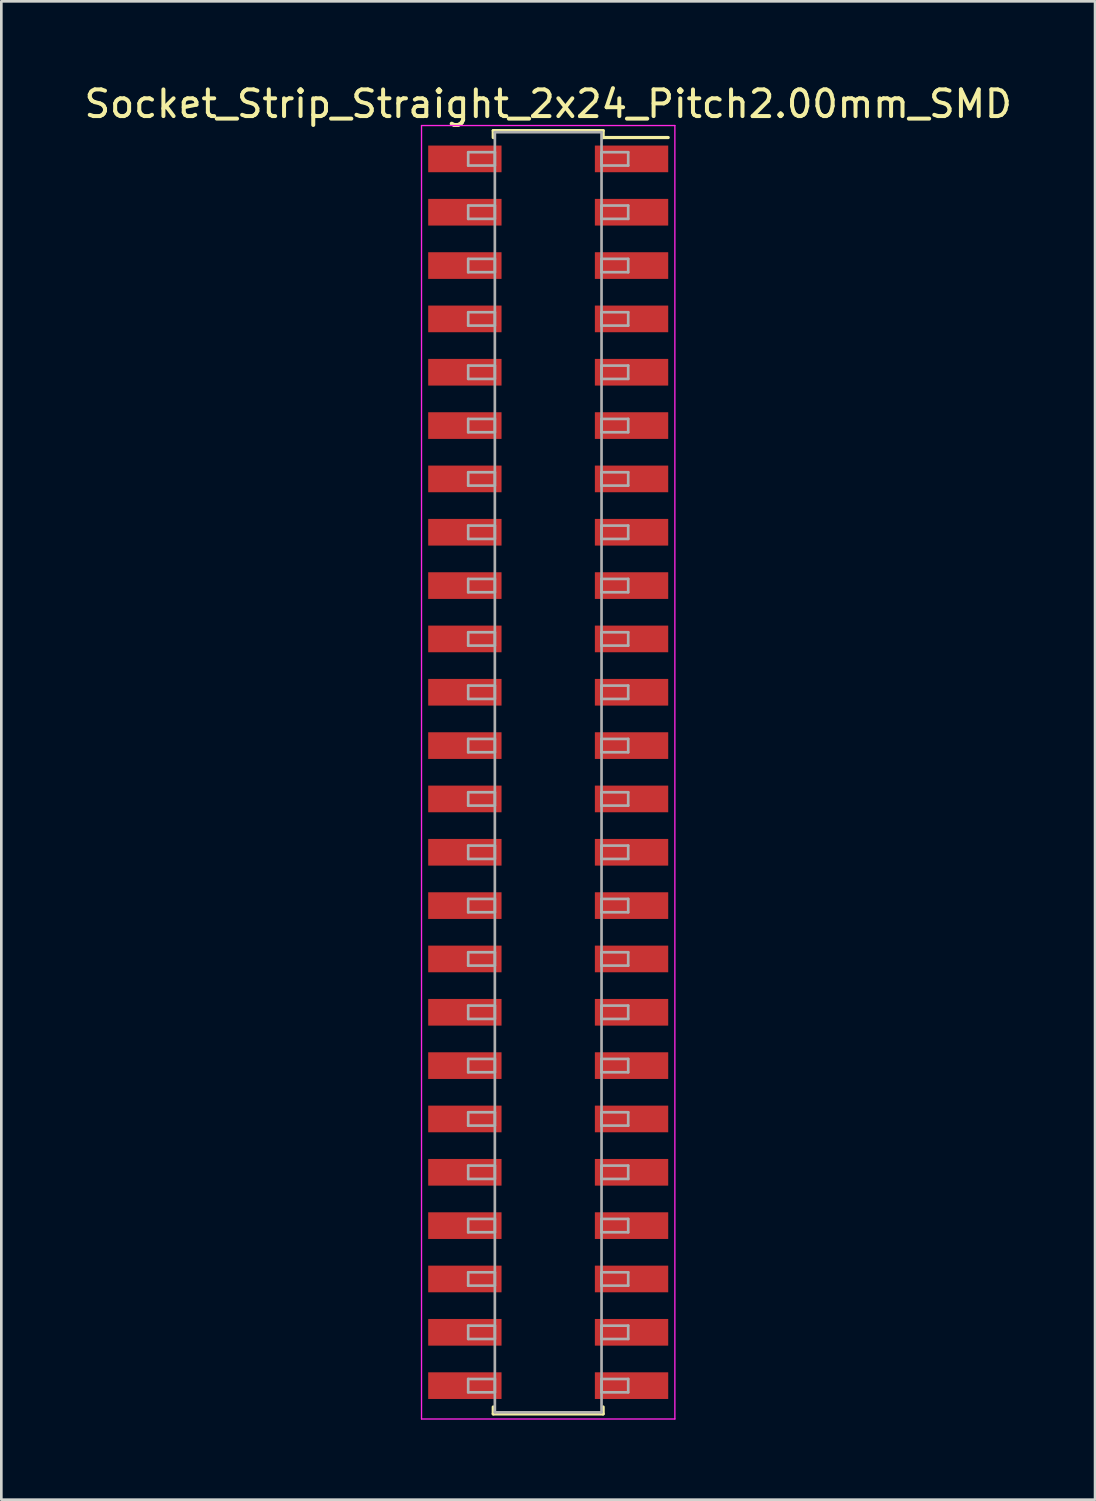
<source format=kicad_pcb>
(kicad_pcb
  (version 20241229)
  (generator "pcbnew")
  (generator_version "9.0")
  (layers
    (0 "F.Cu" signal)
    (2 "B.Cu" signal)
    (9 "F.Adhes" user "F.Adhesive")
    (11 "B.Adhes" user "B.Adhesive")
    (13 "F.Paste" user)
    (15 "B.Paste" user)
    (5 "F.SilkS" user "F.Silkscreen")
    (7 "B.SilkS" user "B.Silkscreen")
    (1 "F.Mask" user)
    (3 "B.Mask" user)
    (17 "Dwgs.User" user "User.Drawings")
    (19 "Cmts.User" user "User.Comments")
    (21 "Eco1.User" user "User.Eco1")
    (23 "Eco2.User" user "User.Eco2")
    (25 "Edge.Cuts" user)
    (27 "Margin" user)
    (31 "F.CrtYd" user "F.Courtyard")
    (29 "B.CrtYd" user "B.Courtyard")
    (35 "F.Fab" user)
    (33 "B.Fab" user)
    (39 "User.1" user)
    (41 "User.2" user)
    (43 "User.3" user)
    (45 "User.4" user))
  (footprint "Socket_Strip_Straight_2x24_Pitch2.00mm_SMD"
    (layer "F.Cu")
    (at 17.506 25.908)
    (property "Reference" "Socket_Strip_Straight_2x24_Pitch2.00mm_SMD" (at 0 -25.06 0) (layer "F.SilkS") (effects (font (size 1 1) (thickness 0.15))))
    (attr smd)
    (fp_line (start -2.06 -24.06) (end 2.06 -24.06) (stroke (width 0.12) (type solid)) (layer "F.SilkS"))
    (fp_line (start -2.06 -23.8) (end -2.06 -24.06) (stroke (width 0.12) (type solid)) (layer "F.SilkS"))
    (fp_line (start -2.06 23.8) (end -2.06 24.06) (stroke (width 0.12) (type solid)) (layer "F.SilkS"))
    (fp_line (start -2.06 24.06) (end 2.06 24.06) (stroke (width 0.12) (type solid)) (layer "F.SilkS"))
    (fp_line (start 2.06 -24.06) (end 2.06 -23.8) (stroke (width 0.12) (type solid)) (layer "F.SilkS"))
    (fp_line (start 2.06 24.06) (end 2.06 23.8) (stroke (width 0.12) (type solid)) (layer "F.SilkS"))
    (fp_line (start 4.5 -23.8) (end 2.06 -23.8) (stroke (width 0.12) (type solid)) (layer "F.SilkS"))
    (fp_line (start -4.75 -24.25) (end -4.75 24.25) (stroke (width 0.05) (type solid)) (layer "F.CrtYd"))
    (fp_line (start -4.75 24.25) (end 4.75 24.25) (stroke (width 0.05) (type solid)) (layer "F.CrtYd"))
    (fp_line (start 4.75 -24.25) (end -4.75 -24.25) (stroke (width 0.05) (type solid)) (layer "F.CrtYd"))
    (fp_line (start 4.75 24.25) (end 4.75 -24.25) (stroke (width 0.05) (type solid)) (layer "F.CrtYd"))
    (fp_line (start -3 -23.25) (end -2 -23.25) (stroke (width 0.1) (type solid)) (layer "F.Fab"))
    (fp_line (start -3 -22.75) (end -3 -23.25) (stroke (width 0.1) (type solid)) (layer "F.Fab"))
    (fp_line (start -3 -21.25) (end -2 -21.25) (stroke (width 0.1) (type solid)) (layer "F.Fab"))
    (fp_line (start -3 -20.75) (end -3 -21.25) (stroke (width 0.1) (type solid)) (layer "F.Fab"))
    (fp_line (start -3 -19.25) (end -2 -19.25) (stroke (width 0.1) (type solid)) (layer "F.Fab"))
    (fp_line (start -3 -18.75) (end -3 -19.25) (stroke (width 0.1) (type solid)) (layer "F.Fab"))
    (fp_line (start -3 -17.25) (end -2 -17.25) (stroke (width 0.1) (type solid)) (layer "F.Fab"))
    (fp_line (start -3 -16.75) (end -3 -17.25) (stroke (width 0.1) (type solid)) (layer "F.Fab"))
    (fp_line (start -3 -15.25) (end -2 -15.25) (stroke (width 0.1) (type solid)) (layer "F.Fab"))
    (fp_line (start -3 -14.75) (end -3 -15.25) (stroke (width 0.1) (type solid)) (layer "F.Fab"))
    (fp_line (start -3 -13.25) (end -2 -13.25) (stroke (width 0.1) (type solid)) (layer "F.Fab"))
    (fp_line (start -3 -12.75) (end -3 -13.25) (stroke (width 0.1) (type solid)) (layer "F.Fab"))
    (fp_line (start -3 -11.25) (end -2 -11.25) (stroke (width 0.1) (type solid)) (layer "F.Fab"))
    (fp_line (start -3 -10.75) (end -3 -11.25) (stroke (width 0.1) (type solid)) (layer "F.Fab"))
    (fp_line (start -3 -9.25) (end -2 -9.25) (stroke (width 0.1) (type solid)) (layer "F.Fab"))
    (fp_line (start -3 -8.75) (end -3 -9.25) (stroke (width 0.1) (type solid)) (layer "F.Fab"))
    (fp_line (start -3 -7.25) (end -2 -7.25) (stroke (width 0.1) (type solid)) (layer "F.Fab"))
    (fp_line (start -3 -6.75) (end -3 -7.25) (stroke (width 0.1) (type solid)) (layer "F.Fab"))
    (fp_line (start -3 -5.25) (end -2 -5.25) (stroke (width 0.1) (type solid)) (layer "F.Fab"))
    (fp_line (start -3 -4.75) (end -3 -5.25) (stroke (width 0.1) (type solid)) (layer "F.Fab"))
    (fp_line (start -3 -3.25) (end -2 -3.25) (stroke (width 0.1) (type solid)) (layer "F.Fab"))
    (fp_line (start -3 -2.75) (end -3 -3.25) (stroke (width 0.1) (type solid)) (layer "F.Fab"))
    (fp_line (start -3 -1.25) (end -2 -1.25) (stroke (width 0.1) (type solid)) (layer "F.Fab"))
    (fp_line (start -3 -0.75) (end -3 -1.25) (stroke (width 0.1) (type solid)) (layer "F.Fab"))
    (fp_line (start -3 0.75) (end -2 0.75) (stroke (width 0.1) (type solid)) (layer "F.Fab"))
    (fp_line (start -3 1.25) (end -3 0.75) (stroke (width 0.1) (type solid)) (layer "F.Fab"))
    (fp_line (start -3 2.75) (end -2 2.75) (stroke (width 0.1) (type solid)) (layer "F.Fab"))
    (fp_line (start -3 3.25) (end -3 2.75) (stroke (width 0.1) (type solid)) (layer "F.Fab"))
    (fp_line (start -3 4.75) (end -2 4.75) (stroke (width 0.1) (type solid)) (layer "F.Fab"))
    (fp_line (start -3 5.25) (end -3 4.75) (stroke (width 0.1) (type solid)) (layer "F.Fab"))
    (fp_line (start -3 6.75) (end -2 6.75) (stroke (width 0.1) (type solid)) (layer "F.Fab"))
    (fp_line (start -3 7.25) (end -3 6.75) (stroke (width 0.1) (type solid)) (layer "F.Fab"))
    (fp_line (start -3 8.75) (end -2 8.75) (stroke (width 0.1) (type solid)) (layer "F.Fab"))
    (fp_line (start -3 9.25) (end -3 8.75) (stroke (width 0.1) (type solid)) (layer "F.Fab"))
    (fp_line (start -3 10.75) (end -2 10.75) (stroke (width 0.1) (type solid)) (layer "F.Fab"))
    (fp_line (start -3 11.25) (end -3 10.75) (stroke (width 0.1) (type solid)) (layer "F.Fab"))
    (fp_line (start -3 12.75) (end -2 12.75) (stroke (width 0.1) (type solid)) (layer "F.Fab"))
    (fp_line (start -3 13.25) (end -3 12.75) (stroke (width 0.1) (type solid)) (layer "F.Fab"))
    (fp_line (start -3 14.75) (end -2 14.75) (stroke (width 0.1) (type solid)) (layer "F.Fab"))
    (fp_line (start -3 15.25) (end -3 14.75) (stroke (width 0.1) (type solid)) (layer "F.Fab"))
    (fp_line (start -3 16.75) (end -2 16.75) (stroke (width 0.1) (type solid)) (layer "F.Fab"))
    (fp_line (start -3 17.25) (end -3 16.75) (stroke (width 0.1) (type solid)) (layer "F.Fab"))
    (fp_line (start -3 18.75) (end -2 18.75) (stroke (width 0.1) (type solid)) (layer "F.Fab"))
    (fp_line (start -3 19.25) (end -3 18.75) (stroke (width 0.1) (type solid)) (layer "F.Fab"))
    (fp_line (start -3 20.75) (end -2 20.75) (stroke (width 0.1) (type solid)) (layer "F.Fab"))
    (fp_line (start -3 21.25) (end -3 20.75) (stroke (width 0.1) (type solid)) (layer "F.Fab"))
    (fp_line (start -3 22.75) (end -2 22.75) (stroke (width 0.1) (type solid)) (layer "F.Fab"))
    (fp_line (start -3 23.25) (end -3 22.75) (stroke (width 0.1) (type solid)) (layer "F.Fab"))
    (fp_line (start -2 -24) (end -2 24) (stroke (width 0.1) (type solid)) (layer "F.Fab"))
    (fp_line (start -2 -23.25) (end -2 -22.75) (stroke (width 0.1) (type solid)) (layer "F.Fab"))
    (fp_line (start -2 -22.75) (end -3 -22.75) (stroke (width 0.1) (type solid)) (layer "F.Fab"))
    (fp_line (start -2 -21.25) (end -2 -20.75) (stroke (width 0.1) (type solid)) (layer "F.Fab"))
    (fp_line (start -2 -20.75) (end -3 -20.75) (stroke (width 0.1) (type solid)) (layer "F.Fab"))
    (fp_line (start -2 -19.25) (end -2 -18.75) (stroke (width 0.1) (type solid)) (layer "F.Fab"))
    (fp_line (start -2 -18.75) (end -3 -18.75) (stroke (width 0.1) (type solid)) (layer "F.Fab"))
    (fp_line (start -2 -17.25) (end -2 -16.75) (stroke (width 0.1) (type solid)) (layer "F.Fab"))
    (fp_line (start -2 -16.75) (end -3 -16.75) (stroke (width 0.1) (type solid)) (layer "F.Fab"))
    (fp_line (start -2 -15.25) (end -2 -14.75) (stroke (width 0.1) (type solid)) (layer "F.Fab"))
    (fp_line (start -2 -14.75) (end -3 -14.75) (stroke (width 0.1) (type solid)) (layer "F.Fab"))
    (fp_line (start -2 -13.25) (end -2 -12.75) (stroke (width 0.1) (type solid)) (layer "F.Fab"))
    (fp_line (start -2 -12.75) (end -3 -12.75) (stroke (width 0.1) (type solid)) (layer "F.Fab"))
    (fp_line (start -2 -11.25) (end -2 -10.75) (stroke (width 0.1) (type solid)) (layer "F.Fab"))
    (fp_line (start -2 -10.75) (end -3 -10.75) (stroke (width 0.1) (type solid)) (layer "F.Fab"))
    (fp_line (start -2 -9.25) (end -2 -8.75) (stroke (width 0.1) (type solid)) (layer "F.Fab"))
    (fp_line (start -2 -8.75) (end -3 -8.75) (stroke (width 0.1) (type solid)) (layer "F.Fab"))
    (fp_line (start -2 -7.25) (end -2 -6.75) (stroke (width 0.1) (type solid)) (layer "F.Fab"))
    (fp_line (start -2 -6.75) (end -3 -6.75) (stroke (width 0.1) (type solid)) (layer "F.Fab"))
    (fp_line (start -2 -5.25) (end -2 -4.75) (stroke (width 0.1) (type solid)) (layer "F.Fab"))
    (fp_line (start -2 -4.75) (end -3 -4.75) (stroke (width 0.1) (type solid)) (layer "F.Fab"))
    (fp_line (start -2 -3.25) (end -2 -2.75) (stroke (width 0.1) (type solid)) (layer "F.Fab"))
    (fp_line (start -2 -2.75) (end -3 -2.75) (stroke (width 0.1) (type solid)) (layer "F.Fab"))
    (fp_line (start -2 -1.25) (end -2 -0.75) (stroke (width 0.1) (type solid)) (layer "F.Fab"))
    (fp_line (start -2 -0.75) (end -3 -0.75) (stroke (width 0.1) (type solid)) (layer "F.Fab"))
    (fp_line (start -2 0.75) (end -2 1.25) (stroke (width 0.1) (type solid)) (layer "F.Fab"))
    (fp_line (start -2 1.25) (end -3 1.25) (stroke (width 0.1) (type solid)) (layer "F.Fab"))
    (fp_line (start -2 2.75) (end -2 3.25) (stroke (width 0.1) (type solid)) (layer "F.Fab"))
    (fp_line (start -2 3.25) (end -3 3.25) (stroke (width 0.1) (type solid)) (layer "F.Fab"))
    (fp_line (start -2 4.75) (end -2 5.25) (stroke (width 0.1) (type solid)) (layer "F.Fab"))
    (fp_line (start -2 5.25) (end -3 5.25) (stroke (width 0.1) (type solid)) (layer "F.Fab"))
    (fp_line (start -2 6.75) (end -2 7.25) (stroke (width 0.1) (type solid)) (layer "F.Fab"))
    (fp_line (start -2 7.25) (end -3 7.25) (stroke (width 0.1) (type solid)) (layer "F.Fab"))
    (fp_line (start -2 8.75) (end -2 9.25) (stroke (width 0.1) (type solid)) (layer "F.Fab"))
    (fp_line (start -2 9.25) (end -3 9.25) (stroke (width 0.1) (type solid)) (layer "F.Fab"))
    (fp_line (start -2 10.75) (end -2 11.25) (stroke (width 0.1) (type solid)) (layer "F.Fab"))
    (fp_line (start -2 11.25) (end -3 11.25) (stroke (width 0.1) (type solid)) (layer "F.Fab"))
    (fp_line (start -2 12.75) (end -2 13.25) (stroke (width 0.1) (type solid)) (layer "F.Fab"))
    (fp_line (start -2 13.25) (end -3 13.25) (stroke (width 0.1) (type solid)) (layer "F.Fab"))
    (fp_line (start -2 14.75) (end -2 15.25) (stroke (width 0.1) (type solid)) (layer "F.Fab"))
    (fp_line (start -2 15.25) (end -3 15.25) (stroke (width 0.1) (type solid)) (layer "F.Fab"))
    (fp_line (start -2 16.75) (end -2 17.25) (stroke (width 0.1) (type solid)) (layer "F.Fab"))
    (fp_line (start -2 17.25) (end -3 17.25) (stroke (width 0.1) (type solid)) (layer "F.Fab"))
    (fp_line (start -2 18.75) (end -2 19.25) (stroke (width 0.1) (type solid)) (layer "F.Fab"))
    (fp_line (start -2 19.25) (end -3 19.25) (stroke (width 0.1) (type solid)) (layer "F.Fab"))
    (fp_line (start -2 20.75) (end -2 21.25) (stroke (width 0.1) (type solid)) (layer "F.Fab"))
    (fp_line (start -2 21.25) (end -3 21.25) (stroke (width 0.1) (type solid)) (layer "F.Fab"))
    (fp_line (start -2 22.75) (end -2 23.25) (stroke (width 0.1) (type solid)) (layer "F.Fab"))
    (fp_line (start -2 23.25) (end -3 23.25) (stroke (width 0.1) (type solid)) (layer "F.Fab"))
    (fp_line (start -2 24) (end 2 24) (stroke (width 0.1) (type solid)) (layer "F.Fab"))
    (fp_line (start 2 -24) (end -2 -24) (stroke (width 0.1) (type solid)) (layer "F.Fab"))
    (fp_line (start 2 -23.25) (end 2 -22.75) (stroke (width 0.1) (type solid)) (layer "F.Fab"))
    (fp_line (start 2 -22.75) (end 3 -22.75) (stroke (width 0.1) (type solid)) (layer "F.Fab"))
    (fp_line (start 2 -21.25) (end 2 -20.75) (stroke (width 0.1) (type solid)) (layer "F.Fab"))
    (fp_line (start 2 -20.75) (end 3 -20.75) (stroke (width 0.1) (type solid)) (layer "F.Fab"))
    (fp_line (start 2 -19.25) (end 2 -18.75) (stroke (width 0.1) (type solid)) (layer "F.Fab"))
    (fp_line (start 2 -18.75) (end 3 -18.75) (stroke (width 0.1) (type solid)) (layer "F.Fab"))
    (fp_line (start 2 -17.25) (end 2 -16.75) (stroke (width 0.1) (type solid)) (layer "F.Fab"))
    (fp_line (start 2 -16.75) (end 3 -16.75) (stroke (width 0.1) (type solid)) (layer "F.Fab"))
    (fp_line (start 2 -15.25) (end 2 -14.75) (stroke (width 0.1) (type solid)) (layer "F.Fab"))
    (fp_line (start 2 -14.75) (end 3 -14.75) (stroke (width 0.1) (type solid)) (layer "F.Fab"))
    (fp_line (start 2 -13.25) (end 2 -12.75) (stroke (width 0.1) (type solid)) (layer "F.Fab"))
    (fp_line (start 2 -12.75) (end 3 -12.75) (stroke (width 0.1) (type solid)) (layer "F.Fab"))
    (fp_line (start 2 -11.25) (end 2 -10.75) (stroke (width 0.1) (type solid)) (layer "F.Fab"))
    (fp_line (start 2 -10.75) (end 3 -10.75) (stroke (width 0.1) (type solid)) (layer "F.Fab"))
    (fp_line (start 2 -9.25) (end 2 -8.75) (stroke (width 0.1) (type solid)) (layer "F.Fab"))
    (fp_line (start 2 -8.75) (end 3 -8.75) (stroke (width 0.1) (type solid)) (layer "F.Fab"))
    (fp_line (start 2 -7.25) (end 2 -6.75) (stroke (width 0.1) (type solid)) (layer "F.Fab"))
    (fp_line (start 2 -6.75) (end 3 -6.75) (stroke (width 0.1) (type solid)) (layer "F.Fab"))
    (fp_line (start 2 -5.25) (end 2 -4.75) (stroke (width 0.1) (type solid)) (layer "F.Fab"))
    (fp_line (start 2 -4.75) (end 3 -4.75) (stroke (width 0.1) (type solid)) (layer "F.Fab"))
    (fp_line (start 2 -3.25) (end 2 -2.75) (stroke (width 0.1) (type solid)) (layer "F.Fab"))
    (fp_line (start 2 -2.75) (end 3 -2.75) (stroke (width 0.1) (type solid)) (layer "F.Fab"))
    (fp_line (start 2 -1.25) (end 2 -0.75) (stroke (width 0.1) (type solid)) (layer "F.Fab"))
    (fp_line (start 2 -0.75) (end 3 -0.75) (stroke (width 0.1) (type solid)) (layer "F.Fab"))
    (fp_line (start 2 0.75) (end 2 1.25) (stroke (width 0.1) (type solid)) (layer "F.Fab"))
    (fp_line (start 2 1.25) (end 3 1.25) (stroke (width 0.1) (type solid)) (layer "F.Fab"))
    (fp_line (start 2 2.75) (end 2 3.25) (stroke (width 0.1) (type solid)) (layer "F.Fab"))
    (fp_line (start 2 3.25) (end 3 3.25) (stroke (width 0.1) (type solid)) (layer "F.Fab"))
    (fp_line (start 2 4.75) (end 2 5.25) (stroke (width 0.1) (type solid)) (layer "F.Fab"))
    (fp_line (start 2 5.25) (end 3 5.25) (stroke (width 0.1) (type solid)) (layer "F.Fab"))
    (fp_line (start 2 6.75) (end 2 7.25) (stroke (width 0.1) (type solid)) (layer "F.Fab"))
    (fp_line (start 2 7.25) (end 3 7.25) (stroke (width 0.1) (type solid)) (layer "F.Fab"))
    (fp_line (start 2 8.75) (end 2 9.25) (stroke (width 0.1) (type solid)) (layer "F.Fab"))
    (fp_line (start 2 9.25) (end 3 9.25) (stroke (width 0.1) (type solid)) (layer "F.Fab"))
    (fp_line (start 2 10.75) (end 2 11.25) (stroke (width 0.1) (type solid)) (layer "F.Fab"))
    (fp_line (start 2 11.25) (end 3 11.25) (stroke (width 0.1) (type solid)) (layer "F.Fab"))
    (fp_line (start 2 12.75) (end 2 13.25) (stroke (width 0.1) (type solid)) (layer "F.Fab"))
    (fp_line (start 2 13.25) (end 3 13.25) (stroke (width 0.1) (type solid)) (layer "F.Fab"))
    (fp_line (start 2 14.75) (end 2 15.25) (stroke (width 0.1) (type solid)) (layer "F.Fab"))
    (fp_line (start 2 15.25) (end 3 15.25) (stroke (width 0.1) (type solid)) (layer "F.Fab"))
    (fp_line (start 2 16.75) (end 2 17.25) (stroke (width 0.1) (type solid)) (layer "F.Fab"))
    (fp_line (start 2 17.25) (end 3 17.25) (stroke (width 0.1) (type solid)) (layer "F.Fab"))
    (fp_line (start 2 18.75) (end 2 19.25) (stroke (width 0.1) (type solid)) (layer "F.Fab"))
    (fp_line (start 2 19.25) (end 3 19.25) (stroke (width 0.1) (type solid)) (layer "F.Fab"))
    (fp_line (start 2 20.75) (end 2 21.25) (stroke (width 0.1) (type solid)) (layer "F.Fab"))
    (fp_line (start 2 21.25) (end 3 21.25) (stroke (width 0.1) (type solid)) (layer "F.Fab"))
    (fp_line (start 2 22.75) (end 2 23.25) (stroke (width 0.1) (type solid)) (layer "F.Fab"))
    (fp_line (start 2 23.25) (end 3 23.25) (stroke (width 0.1) (type solid)) (layer "F.Fab"))
    (fp_line (start 2 24) (end 2 -24) (stroke (width 0.1) (type solid)) (layer "F.Fab"))
    (fp_line (start 3 -23.25) (end 2 -23.25) (stroke (width 0.1) (type solid)) (layer "F.Fab"))
    (fp_line (start 3 -22.75) (end 3 -23.25) (stroke (width 0.1) (type solid)) (layer "F.Fab"))
    (fp_line (start 3 -21.25) (end 2 -21.25) (stroke (width 0.1) (type solid)) (layer "F.Fab"))
    (fp_line (start 3 -20.75) (end 3 -21.25) (stroke (width 0.1) (type solid)) (layer "F.Fab"))
    (fp_line (start 3 -19.25) (end 2 -19.25) (stroke (width 0.1) (type solid)) (layer "F.Fab"))
    (fp_line (start 3 -18.75) (end 3 -19.25) (stroke (width 0.1) (type solid)) (layer "F.Fab"))
    (fp_line (start 3 -17.25) (end 2 -17.25) (stroke (width 0.1) (type solid)) (layer "F.Fab"))
    (fp_line (start 3 -16.75) (end 3 -17.25) (stroke (width 0.1) (type solid)) (layer "F.Fab"))
    (fp_line (start 3 -15.25) (end 2 -15.25) (stroke (width 0.1) (type solid)) (layer "F.Fab"))
    (fp_line (start 3 -14.75) (end 3 -15.25) (stroke (width 0.1) (type solid)) (layer "F.Fab"))
    (fp_line (start 3 -13.25) (end 2 -13.25) (stroke (width 0.1) (type solid)) (layer "F.Fab"))
    (fp_line (start 3 -12.75) (end 3 -13.25) (stroke (width 0.1) (type solid)) (layer "F.Fab"))
    (fp_line (start 3 -11.25) (end 2 -11.25) (stroke (width 0.1) (type solid)) (layer "F.Fab"))
    (fp_line (start 3 -10.75) (end 3 -11.25) (stroke (width 0.1) (type solid)) (layer "F.Fab"))
    (fp_line (start 3 -9.25) (end 2 -9.25) (stroke (width 0.1) (type solid)) (layer "F.Fab"))
    (fp_line (start 3 -8.75) (end 3 -9.25) (stroke (width 0.1) (type solid)) (layer "F.Fab"))
    (fp_line (start 3 -7.25) (end 2 -7.25) (stroke (width 0.1) (type solid)) (layer "F.Fab"))
    (fp_line (start 3 -6.75) (end 3 -7.25) (stroke (width 0.1) (type solid)) (layer "F.Fab"))
    (fp_line (start 3 -5.25) (end 2 -5.25) (stroke (width 0.1) (type solid)) (layer "F.Fab"))
    (fp_line (start 3 -4.75) (end 3 -5.25) (stroke (width 0.1) (type solid)) (layer "F.Fab"))
    (fp_line (start 3 -3.25) (end 2 -3.25) (stroke (width 0.1) (type solid)) (layer "F.Fab"))
    (fp_line (start 3 -2.75) (end 3 -3.25) (stroke (width 0.1) (type solid)) (layer "F.Fab"))
    (fp_line (start 3 -1.25) (end 2 -1.25) (stroke (width 0.1) (type solid)) (layer "F.Fab"))
    (fp_line (start 3 -0.75) (end 3 -1.25) (stroke (width 0.1) (type solid)) (layer "F.Fab"))
    (fp_line (start 3 0.75) (end 2 0.75) (stroke (width 0.1) (type solid)) (layer "F.Fab"))
    (fp_line (start 3 1.25) (end 3 0.75) (stroke (width 0.1) (type solid)) (layer "F.Fab"))
    (fp_line (start 3 2.75) (end 2 2.75) (stroke (width 0.1) (type solid)) (layer "F.Fab"))
    (fp_line (start 3 3.25) (end 3 2.75) (stroke (width 0.1) (type solid)) (layer "F.Fab"))
    (fp_line (start 3 4.75) (end 2 4.75) (stroke (width 0.1) (type solid)) (layer "F.Fab"))
    (fp_line (start 3 5.25) (end 3 4.75) (stroke (width 0.1) (type solid)) (layer "F.Fab"))
    (fp_line (start 3 6.75) (end 2 6.75) (stroke (width 0.1) (type solid)) (layer "F.Fab"))
    (fp_line (start 3 7.25) (end 3 6.75) (stroke (width 0.1) (type solid)) (layer "F.Fab"))
    (fp_line (start 3 8.75) (end 2 8.75) (stroke (width 0.1) (type solid)) (layer "F.Fab"))
    (fp_line (start 3 9.25) (end 3 8.75) (stroke (width 0.1) (type solid)) (layer "F.Fab"))
    (fp_line (start 3 10.75) (end 2 10.75) (stroke (width 0.1) (type solid)) (layer "F.Fab"))
    (fp_line (start 3 11.25) (end 3 10.75) (stroke (width 0.1) (type solid)) (layer "F.Fab"))
    (fp_line (start 3 12.75) (end 2 12.75) (stroke (width 0.1) (type solid)) (layer "F.Fab"))
    (fp_line (start 3 13.25) (end 3 12.75) (stroke (width 0.1) (type solid)) (layer "F.Fab"))
    (fp_line (start 3 14.75) (end 2 14.75) (stroke (width 0.1) (type solid)) (layer "F.Fab"))
    (fp_line (start 3 15.25) (end 3 14.75) (stroke (width 0.1) (type solid)) (layer "F.Fab"))
    (fp_line (start 3 16.75) (end 2 16.75) (stroke (width 0.1) (type solid)) (layer "F.Fab"))
    (fp_line (start 3 17.25) (end 3 16.75) (stroke (width 0.1) (type solid)) (layer "F.Fab"))
    (fp_line (start 3 18.75) (end 2 18.75) (stroke (width 0.1) (type solid)) (layer "F.Fab"))
    (fp_line (start 3 19.25) (end 3 18.75) (stroke (width 0.1) (type solid)) (layer "F.Fab"))
    (fp_line (start 3 20.75) (end 2 20.75) (stroke (width 0.1) (type solid)) (layer "F.Fab"))
    (fp_line (start 3 21.25) (end 3 20.75) (stroke (width 0.1) (type solid)) (layer "F.Fab"))
    (fp_line (start 3 22.75) (end 2 22.75) (stroke (width 0.1) (type solid)) (layer "F.Fab"))
    (fp_line (start 3 23.25) (end 3 22.75) (stroke (width 0.1) (type solid)) (layer "F.Fab"))
    (pad "1" smd rect (at 3.125 -23) (size 2.75 1) (layers "F.Cu" "F.Mask"))
    (pad "2" smd rect (at -3.125 -23) (size 2.75 1) (layers "F.Cu" "F.Mask"))
    (pad "3" smd rect (at 3.125 -21) (size 2.75 1) (layers "F.Cu" "F.Mask"))
    (pad "4" smd rect (at -3.125 -21) (size 2.75 1) (layers "F.Cu" "F.Mask"))
    (pad "5" smd rect (at 3.125 -19) (size 2.75 1) (layers "F.Cu" "F.Mask"))
    (pad "6" smd rect (at -3.125 -19) (size 2.75 1) (layers "F.Cu" "F.Mask"))
    (pad "7" smd rect (at 3.125 -17) (size 2.75 1) (layers "F.Cu" "F.Mask"))
    (pad "8" smd rect (at -3.125 -17) (size 2.75 1) (layers "F.Cu" "F.Mask"))
    (pad "9" smd rect (at 3.125 -15) (size 2.75 1) (layers "F.Cu" "F.Mask"))
    (pad "10" smd rect (at -3.125 -15) (size 2.75 1) (layers "F.Cu" "F.Mask"))
    (pad "11" smd rect (at 3.125 -13) (size 2.75 1) (layers "F.Cu" "F.Mask"))
    (pad "12" smd rect (at -3.125 -13) (size 2.75 1) (layers "F.Cu" "F.Mask"))
    (pad "13" smd rect (at 3.125 -11) (size 2.75 1) (layers "F.Cu" "F.Mask"))
    (pad "14" smd rect (at -3.125 -11) (size 2.75 1) (layers "F.Cu" "F.Mask"))
    (pad "15" smd rect (at 3.125 -9) (size 2.75 1) (layers "F.Cu" "F.Mask"))
    (pad "16" smd rect (at -3.125 -9) (size 2.75 1) (layers "F.Cu" "F.Mask"))
    (pad "17" smd rect (at 3.125 -7) (size 2.75 1) (layers "F.Cu" "F.Mask"))
    (pad "18" smd rect (at -3.125 -7) (size 2.75 1) (layers "F.Cu" "F.Mask"))
    (pad "19" smd rect (at 3.125 -5) (size 2.75 1) (layers "F.Cu" "F.Mask"))
    (pad "20" smd rect (at -3.125 -5) (size 2.75 1) (layers "F.Cu" "F.Mask"))
    (pad "21" smd rect (at 3.125 -3) (size 2.75 1) (layers "F.Cu" "F.Mask"))
    (pad "22" smd rect (at -3.125 -3) (size 2.75 1) (layers "F.Cu" "F.Mask"))
    (pad "23" smd rect (at 3.125 -1) (size 2.75 1) (layers "F.Cu" "F.Mask"))
    (pad "24" smd rect (at -3.125 -1) (size 2.75 1) (layers "F.Cu" "F.Mask"))
    (pad "25" smd rect (at 3.125 1) (size 2.75 1) (layers "F.Cu" "F.Mask"))
    (pad "26" smd rect (at -3.125 1) (size 2.75 1) (layers "F.Cu" "F.Mask"))
    (pad "27" smd rect (at 3.125 3) (size 2.75 1) (layers "F.Cu" "F.Mask"))
    (pad "28" smd rect (at -3.125 3) (size 2.75 1) (layers "F.Cu" "F.Mask"))
    (pad "29" smd rect (at 3.125 5) (size 2.75 1) (layers "F.Cu" "F.Mask"))
    (pad "30" smd rect (at -3.125 5) (size 2.75 1) (layers "F.Cu" "F.Mask"))
    (pad "31" smd rect (at 3.125 7) (size 2.75 1) (layers "F.Cu" "F.Mask"))
    (pad "32" smd rect (at -3.125 7) (size 2.75 1) (layers "F.Cu" "F.Mask"))
    (pad "33" smd rect (at 3.125 9) (size 2.75 1) (layers "F.Cu" "F.Mask"))
    (pad "34" smd rect (at -3.125 9) (size 2.75 1) (layers "F.Cu" "F.Mask"))
    (pad "35" smd rect (at 3.125 11) (size 2.75 1) (layers "F.Cu" "F.Mask"))
    (pad "36" smd rect (at -3.125 11) (size 2.75 1) (layers "F.Cu" "F.Mask"))
    (pad "37" smd rect (at 3.125 13) (size 2.75 1) (layers "F.Cu" "F.Mask"))
    (pad "38" smd rect (at -3.125 13) (size 2.75 1) (layers "F.Cu" "F.Mask"))
    (pad "39" smd rect (at 3.125 15) (size 2.75 1) (layers "F.Cu" "F.Mask"))
    (pad "40" smd rect (at -3.125 15) (size 2.75 1) (layers "F.Cu" "F.Mask"))
    (pad "41" smd rect (at 3.125 17) (size 2.75 1) (layers "F.Cu" "F.Mask"))
    (pad "42" smd rect (at -3.125 17) (size 2.75 1) (layers "F.Cu" "F.Mask"))
    (pad "43" smd rect (at 3.125 19) (size 2.75 1) (layers "F.Cu" "F.Mask"))
    (pad "44" smd rect (at -3.125 19) (size 2.75 1) (layers "F.Cu" "F.Mask"))
    (pad "45" smd rect (at 3.125 21) (size 2.75 1) (layers "F.Cu" "F.Mask"))
    (pad "46" smd rect (at -3.125 21) (size 2.75 1) (layers "F.Cu" "F.Mask"))
    (pad "47" smd rect (at 3.125 23) (size 2.75 1) (layers "F.Cu" "F.Mask"))
    (pad "48" smd rect (at -3.125 23) (size 2.75 1) (layers "F.Cu" "F.Mask")))
  (gr_rect
    (start -3 -3)
    (end 38.012 53.183)
    (stroke (width 0.1) (type default))
    (fill no)
    (layer "Edge.Cuts")))
</source>
